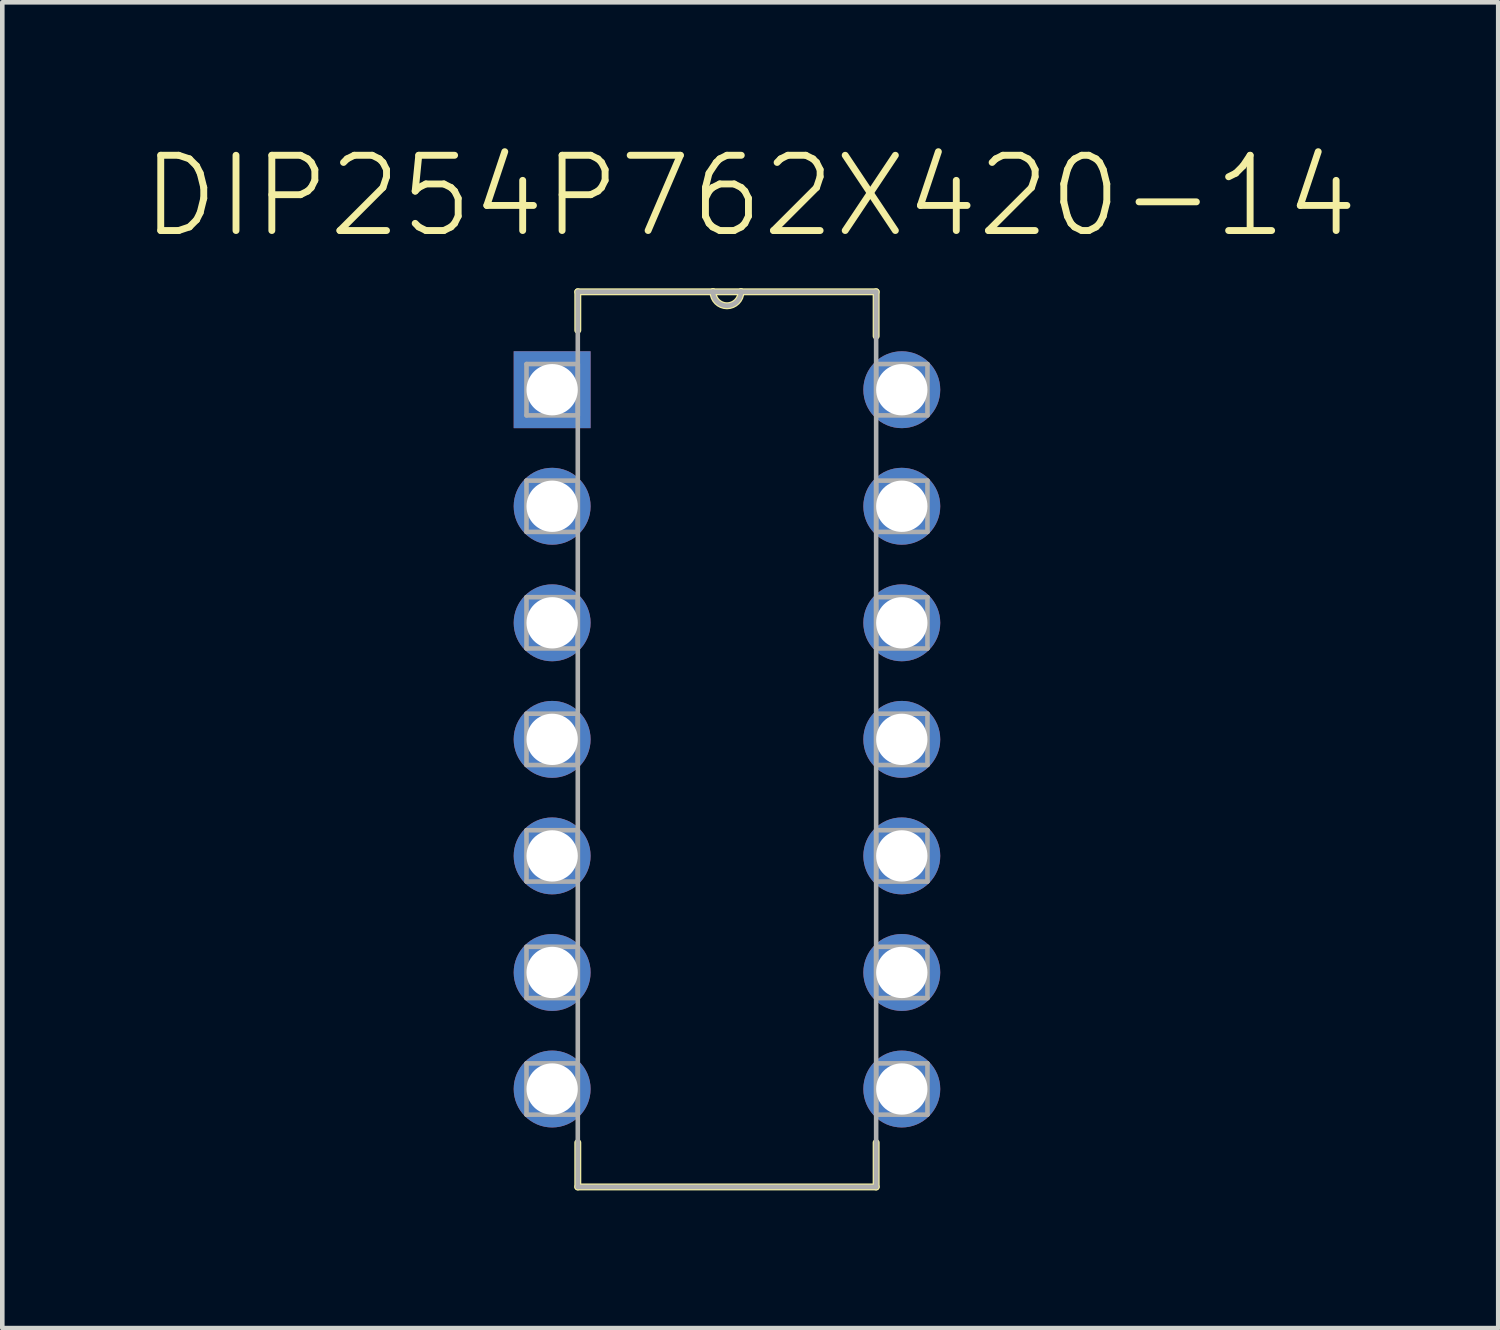
<source format=kicad_pcb>
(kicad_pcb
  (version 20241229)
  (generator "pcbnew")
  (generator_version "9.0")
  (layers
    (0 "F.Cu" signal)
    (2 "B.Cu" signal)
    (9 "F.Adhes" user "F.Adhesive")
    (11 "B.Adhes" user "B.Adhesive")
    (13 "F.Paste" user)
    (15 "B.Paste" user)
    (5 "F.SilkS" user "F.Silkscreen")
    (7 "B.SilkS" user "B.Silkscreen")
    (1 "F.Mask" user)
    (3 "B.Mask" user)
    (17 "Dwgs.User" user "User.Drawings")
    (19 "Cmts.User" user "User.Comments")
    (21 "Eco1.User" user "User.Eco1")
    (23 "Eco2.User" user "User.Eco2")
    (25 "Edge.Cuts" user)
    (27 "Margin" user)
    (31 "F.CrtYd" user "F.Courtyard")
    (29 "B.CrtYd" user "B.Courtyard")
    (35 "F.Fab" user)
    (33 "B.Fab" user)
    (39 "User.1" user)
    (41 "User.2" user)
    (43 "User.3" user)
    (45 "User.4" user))
  (footprint "DIP254P762X420-14"
    (layer "F.Cu")
    (at 16.603 20.683)
    (property "Reference" "DIP254P762X420-14" (at -3.303 -19.46 0) (layer "F.SilkS") (effects (font (size 1.64 1.64) (thickness 0.15))))
    (attr through_hole)
    (fp_line (start -7.061 -17.374) (end -7.061 -16.535) (stroke (width 0.152) (type solid)) (layer "F.SilkS"))
    (fp_line (start -7.061 1.168) (end -7.061 2.134) (stroke (width 0.152) (type solid)) (layer "F.SilkS"))
    (fp_line (start -7.061 2.134) (end -0.559 2.134) (stroke (width 0.152) (type solid)) (layer "F.SilkS"))
    (fp_line (start -4.115 -17.374) (end -7.061 -17.374) (stroke (width 0.152) (type solid)) (layer "F.SilkS"))
    (fp_line (start -3.505 -17.374) (end -4.115 -17.374) (stroke (width 0.152) (type solid)) (layer "F.SilkS"))
    (fp_line (start -0.559 -17.374) (end -3.505 -17.374) (stroke (width 0.152) (type solid)) (layer "F.SilkS"))
    (fp_line (start -0.559 -16.408) (end -0.559 -17.374) (stroke (width 0.152) (type solid)) (layer "F.SilkS"))
    (fp_line (start -0.559 2.134) (end -0.559 1.168) (stroke (width 0.152) (type solid)) (layer "F.SilkS"))
    (fp_arc (start -3.5052 -17.3736) (mid -3.81 -17.0688) (end -4.1148 -17.3736) (stroke (width 0.1524) (type solid)) (layer "F.SilkS"))
    (fp_line (start -8.179 -15.799) (end -8.179 -14.681) (stroke (width 0.1) (type solid)) (layer "F.Fab"))
    (fp_line (start -8.179 -14.681) (end -7.061 -14.681) (stroke (width 0.1) (type solid)) (layer "F.Fab"))
    (fp_line (start -8.179 -13.259) (end -8.179 -12.141) (stroke (width 0.1) (type solid)) (layer "F.Fab"))
    (fp_line (start -8.179 -12.141) (end -7.061 -12.141) (stroke (width 0.1) (type solid)) (layer "F.Fab"))
    (fp_line (start -8.179 -10.719) (end -8.179 -9.601) (stroke (width 0.1) (type solid)) (layer "F.Fab"))
    (fp_line (start -8.179 -9.601) (end -7.061 -9.601) (stroke (width 0.1) (type solid)) (layer "F.Fab"))
    (fp_line (start -8.179 -8.179) (end -8.179 -7.061) (stroke (width 0.1) (type solid)) (layer "F.Fab"))
    (fp_line (start -8.179 -7.061) (end -7.061 -7.061) (stroke (width 0.1) (type solid)) (layer "F.Fab"))
    (fp_line (start -8.179 -5.639) (end -8.179 -4.521) (stroke (width 0.1) (type solid)) (layer "F.Fab"))
    (fp_line (start -8.179 -4.521) (end -7.061 -4.521) (stroke (width 0.1) (type solid)) (layer "F.Fab"))
    (fp_line (start -8.179 -3.099) (end -8.179 -1.981) (stroke (width 0.1) (type solid)) (layer "F.Fab"))
    (fp_line (start -8.179 -1.981) (end -7.061 -1.981) (stroke (width 0.1) (type solid)) (layer "F.Fab"))
    (fp_line (start -8.179 -0.559) (end -8.179 0.559) (stroke (width 0.1) (type solid)) (layer "F.Fab"))
    (fp_line (start -8.179 0.559) (end -7.061 0.559) (stroke (width 0.1) (type solid)) (layer "F.Fab"))
    (fp_line (start -7.061 -17.374) (end -7.061 2.134) (stroke (width 0.1) (type solid)) (layer "F.Fab"))
    (fp_line (start -7.061 -15.799) (end -8.179 -15.799) (stroke (width 0.1) (type solid)) (layer "F.Fab"))
    (fp_line (start -7.061 -14.681) (end -7.061 -15.799) (stroke (width 0.1) (type solid)) (layer "F.Fab"))
    (fp_line (start -7.061 -13.259) (end -8.179 -13.259) (stroke (width 0.1) (type solid)) (layer "F.Fab"))
    (fp_line (start -7.061 -12.141) (end -7.061 -13.259) (stroke (width 0.1) (type solid)) (layer "F.Fab"))
    (fp_line (start -7.061 -10.719) (end -8.179 -10.719) (stroke (width 0.1) (type solid)) (layer "F.Fab"))
    (fp_line (start -7.061 -9.601) (end -7.061 -10.719) (stroke (width 0.1) (type solid)) (layer "F.Fab"))
    (fp_line (start -7.061 -8.179) (end -8.179 -8.179) (stroke (width 0.1) (type solid)) (layer "F.Fab"))
    (fp_line (start -7.061 -7.061) (end -7.061 -8.179) (stroke (width 0.1) (type solid)) (layer "F.Fab"))
    (fp_line (start -7.061 -5.639) (end -8.179 -5.639) (stroke (width 0.1) (type solid)) (layer "F.Fab"))
    (fp_line (start -7.061 -4.521) (end -7.061 -5.639) (stroke (width 0.1) (type solid)) (layer "F.Fab"))
    (fp_line (start -7.061 -3.099) (end -8.179 -3.099) (stroke (width 0.1) (type solid)) (layer "F.Fab"))
    (fp_line (start -7.061 -1.981) (end -7.061 -3.099) (stroke (width 0.1) (type solid)) (layer "F.Fab"))
    (fp_line (start -7.061 -0.559) (end -8.179 -0.559) (stroke (width 0.1) (type solid)) (layer "F.Fab"))
    (fp_line (start -7.061 0.559) (end -7.061 -0.559) (stroke (width 0.1) (type solid)) (layer "F.Fab"))
    (fp_line (start -7.061 2.134) (end -0.559 2.134) (stroke (width 0.1) (type solid)) (layer "F.Fab"))
    (fp_line (start -4.115 -17.374) (end -7.061 -17.374) (stroke (width 0.1) (type solid)) (layer "F.Fab"))
    (fp_line (start -3.505 -17.374) (end -4.115 -17.374) (stroke (width 0.1) (type solid)) (layer "F.Fab"))
    (fp_line (start -0.559 -17.374) (end -3.505 -17.374) (stroke (width 0.1) (type solid)) (layer "F.Fab"))
    (fp_line (start -0.559 -15.799) (end -0.559 -14.681) (stroke (width 0.1) (type solid)) (layer "F.Fab"))
    (fp_line (start -0.559 -14.681) (end 0.559 -14.681) (stroke (width 0.1) (type solid)) (layer "F.Fab"))
    (fp_line (start -0.559 -13.259) (end -0.559 -12.141) (stroke (width 0.1) (type solid)) (layer "F.Fab"))
    (fp_line (start -0.559 -12.141) (end 0.559 -12.141) (stroke (width 0.1) (type solid)) (layer "F.Fab"))
    (fp_line (start -0.559 -10.719) (end -0.559 -9.601) (stroke (width 0.1) (type solid)) (layer "F.Fab"))
    (fp_line (start -0.559 -9.601) (end 0.559 -9.601) (stroke (width 0.1) (type solid)) (layer "F.Fab"))
    (fp_line (start -0.559 -8.179) (end -0.559 -7.061) (stroke (width 0.1) (type solid)) (layer "F.Fab"))
    (fp_line (start -0.559 -7.061) (end 0.559 -7.061) (stroke (width 0.1) (type solid)) (layer "F.Fab"))
    (fp_line (start -0.559 -5.639) (end -0.559 -4.521) (stroke (width 0.1) (type solid)) (layer "F.Fab"))
    (fp_line (start -0.559 -4.521) (end 0.559 -4.521) (stroke (width 0.1) (type solid)) (layer "F.Fab"))
    (fp_line (start -0.559 -3.099) (end -0.559 -1.981) (stroke (width 0.1) (type solid)) (layer "F.Fab"))
    (fp_line (start -0.559 -1.981) (end 0.559 -1.981) (stroke (width 0.1) (type solid)) (layer "F.Fab"))
    (fp_line (start -0.559 -0.559) (end -0.559 0.559) (stroke (width 0.1) (type solid)) (layer "F.Fab"))
    (fp_line (start -0.559 0.559) (end 0.559 0.559) (stroke (width 0.1) (type solid)) (layer "F.Fab"))
    (fp_line (start -0.559 2.134) (end -0.559 -17.374) (stroke (width 0.1) (type solid)) (layer "F.Fab"))
    (fp_line (start 0.559 -15.799) (end -0.559 -15.799) (stroke (width 0.1) (type solid)) (layer "F.Fab"))
    (fp_line (start 0.559 -14.681) (end 0.559 -15.799) (stroke (width 0.1) (type solid)) (layer "F.Fab"))
    (fp_line (start 0.559 -13.259) (end -0.559 -13.259) (stroke (width 0.1) (type solid)) (layer "F.Fab"))
    (fp_line (start 0.559 -12.141) (end 0.559 -13.259) (stroke (width 0.1) (type solid)) (layer "F.Fab"))
    (fp_line (start 0.559 -10.719) (end -0.559 -10.719) (stroke (width 0.1) (type solid)) (layer "F.Fab"))
    (fp_line (start 0.559 -9.601) (end 0.559 -10.719) (stroke (width 0.1) (type solid)) (layer "F.Fab"))
    (fp_line (start 0.559 -8.179) (end -0.559 -8.179) (stroke (width 0.1) (type solid)) (layer "F.Fab"))
    (fp_line (start 0.559 -7.061) (end 0.559 -8.179) (stroke (width 0.1) (type solid)) (layer "F.Fab"))
    (fp_line (start 0.559 -5.639) (end -0.559 -5.639) (stroke (width 0.1) (type solid)) (layer "F.Fab"))
    (fp_line (start 0.559 -4.521) (end 0.559 -5.639) (stroke (width 0.1) (type solid)) (layer "F.Fab"))
    (fp_line (start 0.559 -3.099) (end -0.559 -3.099) (stroke (width 0.1) (type solid)) (layer "F.Fab"))
    (fp_line (start 0.559 -1.981) (end 0.559 -3.099) (stroke (width 0.1) (type solid)) (layer "F.Fab"))
    (fp_line (start 0.559 -0.559) (end -0.559 -0.559) (stroke (width 0.1) (type solid)) (layer "F.Fab"))
    (fp_line (start 0.559 0.559) (end 0.559 -0.559) (stroke (width 0.1) (type solid)) (layer "F.Fab"))
    (fp_arc (start -3.5052 -17.3736) (mid -3.81 -17.0688) (end -4.1148 -17.3736) (stroke (width 0.1) (type solid)) (layer "F.Fab"))
    (pad "1" thru_hole rect (at -7.62 -15.24) (size 1.676 1.676) (drill 1.118) (layers "*.Cu" "*.Mask"))
    (pad "2" thru_hole circle (at -7.62 -12.7) (size 1.676 1.676) (drill 1.118) (layers "*.Cu" "*.Mask"))
    (pad "3" thru_hole circle (at -7.62 -10.16) (size 1.676 1.676) (drill 1.118) (layers "*.Cu" "*.Mask"))
    (pad "4" thru_hole circle (at -7.62 -7.62) (size 1.676 1.676) (drill 1.118) (layers "*.Cu" "*.Mask"))
    (pad "5" thru_hole circle (at -7.62 -5.08) (size 1.676 1.676) (drill 1.118) (layers "*.Cu" "*.Mask"))
    (pad "6" thru_hole circle (at -7.62 -2.54) (size 1.676 1.676) (drill 1.118) (layers "*.Cu" "*.Mask"))
    (pad "7" thru_hole circle (at -7.62 0) (size 1.676 1.676) (drill 1.118) (layers "*.Cu" "*.Mask"))
    (pad "8" thru_hole circle (at 0 0) (size 1.676 1.676) (drill 1.118) (layers "*.Cu" "*.Mask"))
    (pad "9" thru_hole circle (at 0 -2.54) (size 1.676 1.676) (drill 1.118) (layers "*.Cu" "*.Mask"))
    (pad "10" thru_hole circle (at 0 -5.08) (size 1.676 1.676) (drill 1.118) (layers "*.Cu" "*.Mask"))
    (pad "11" thru_hole circle (at 0 -7.62) (size 1.676 1.676) (drill 1.118) (layers "*.Cu" "*.Mask"))
    (pad "12" thru_hole circle (at 0 -10.16) (size 1.676 1.676) (drill 1.118) (layers "*.Cu" "*.Mask"))
    (pad "13" thru_hole circle (at 0 -12.7) (size 1.676 1.676) (drill 1.118) (layers "*.Cu" "*.Mask"))
    (pad "14" thru_hole circle (at 0 -15.24) (size 1.676 1.676) (drill 1.118) (layers "*.Cu" "*.Mask")))
  (gr_rect
    (start -3 -3)
    (end 29.601 25.893)
    (stroke (width 0.1) (type default))
    (fill no)
    (layer "Edge.Cuts")))
</source>
